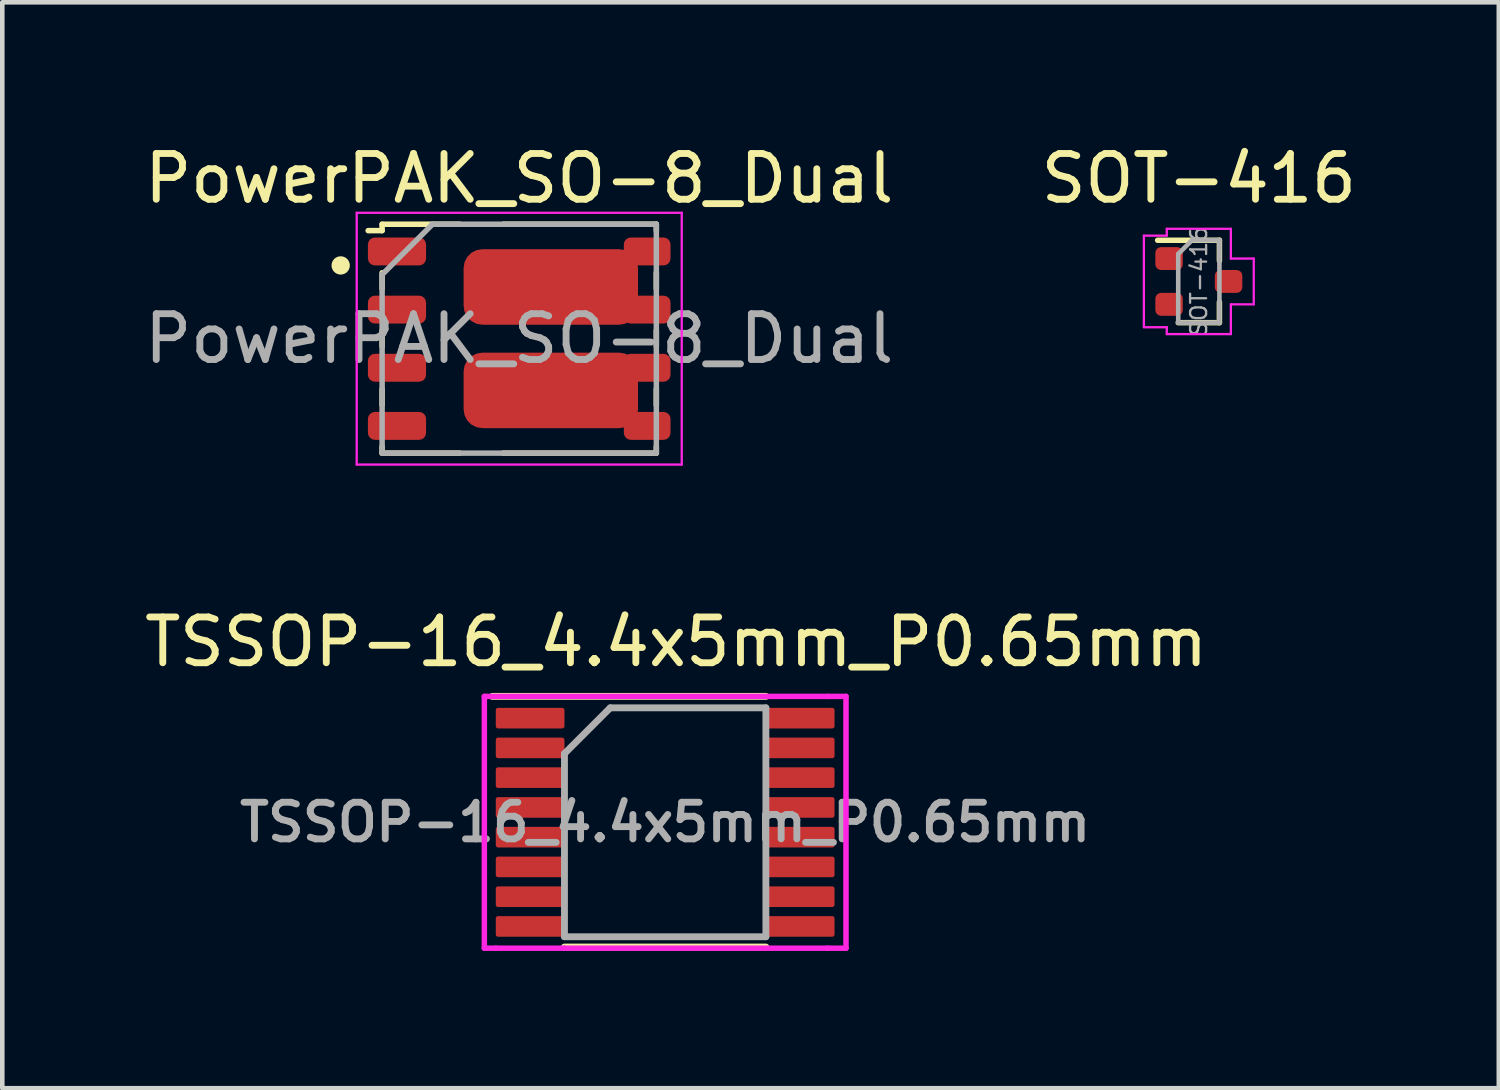
<source format=kicad_pcb>
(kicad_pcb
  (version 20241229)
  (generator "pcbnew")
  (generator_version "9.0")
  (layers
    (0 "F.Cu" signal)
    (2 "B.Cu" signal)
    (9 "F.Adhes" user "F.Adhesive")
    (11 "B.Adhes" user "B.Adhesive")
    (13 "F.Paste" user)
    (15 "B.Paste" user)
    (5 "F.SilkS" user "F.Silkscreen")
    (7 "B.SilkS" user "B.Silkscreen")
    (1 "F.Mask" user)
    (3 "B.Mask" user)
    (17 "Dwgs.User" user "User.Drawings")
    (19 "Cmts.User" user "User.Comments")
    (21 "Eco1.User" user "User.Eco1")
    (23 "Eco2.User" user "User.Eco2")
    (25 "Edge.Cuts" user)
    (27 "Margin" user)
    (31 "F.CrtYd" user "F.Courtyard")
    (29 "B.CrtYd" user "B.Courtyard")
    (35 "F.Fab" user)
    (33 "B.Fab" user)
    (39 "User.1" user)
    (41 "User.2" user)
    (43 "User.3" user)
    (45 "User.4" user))
  (footprint "SOT-416"
    (layer "F.Cu")
    (at 23.137 3.098)
    (property "Reference" "SOT-416" (at 0 -2.25 0) (unlocked yes) (layer "F.SilkS") (effects (font (size 1 1) (thickness 0.15))))
    (attr smd)
    (fp_line (start 0.45 -0.9) (end -0.9 -0.9) (stroke (width 0.12) (type solid)) (layer "F.SilkS"))
    (fp_line (start 0.45 -0.9) (end 0.45 -0.45) (stroke (width 0.12) (type solid)) (layer "F.SilkS"))
    (fp_line (start 0.45 0.9) (end -0.45 0.9) (stroke (width 0.12) (type solid)) (layer "F.SilkS"))
    (fp_line (start 0.45 0.9) (end 0.45 0.45) (stroke (width 0.12) (type solid)) (layer "F.SilkS"))
    (fp_line (start -1.2 -1) (end -0.7 -1) (stroke (width 0.05) (type solid)) (layer "F.CrtYd"))
    (fp_line (start -1.2 1) (end -1.2 -1) (stroke (width 0.05) (type solid)) (layer "F.CrtYd"))
    (fp_line (start -1.2 1) (end -0.7 1) (stroke (width 0.05) (type solid)) (layer "F.CrtYd"))
    (fp_line (start -0.7 -1.15) (end 0.7 -1.15) (stroke (width 0.05) (type solid)) (layer "F.CrtYd"))
    (fp_line (start -0.7 -1) (end -0.7 -1.15) (stroke (width 0.05) (type solid)) (layer "F.CrtYd"))
    (fp_line (start -0.7 1) (end -0.7 1.15) (stroke (width 0.05) (type solid)) (layer "F.CrtYd"))
    (fp_line (start 0.7 -0.5) (end 0.7 -1.15) (stroke (width 0.05) (type solid)) (layer "F.CrtYd"))
    (fp_line (start 0.7 0.5) (end 0.7 1.15) (stroke (width 0.05) (type solid)) (layer "F.CrtYd"))
    (fp_line (start 0.7 1.15) (end -0.7 1.15) (stroke (width 0.05) (type solid)) (layer "F.CrtYd"))
    (fp_line (start 1.2 -0.5) (end 0.7 -0.5) (stroke (width 0.05) (type solid)) (layer "F.CrtYd"))
    (fp_line (start 1.2 -0.5) (end 1.2 0.5) (stroke (width 0.05) (type solid)) (layer "F.CrtYd"))
    (fp_line (start 1.2 0.5) (end 0.7 0.5) (stroke (width 0.05) (type solid)) (layer "F.CrtYd"))
    (fp_line (start -0.45 -0.6) (end -0.45 0.9) (stroke (width 0.1) (type solid)) (layer "F.Fab"))
    (fp_line (start -0.45 0.9) (end 0.45 0.9) (stroke (width 0.1) (type solid)) (layer "F.Fab"))
    (fp_line (start -0.15 -0.9) (end -0.45 -0.6) (stroke (width 0.1) (type solid)) (layer "F.Fab"))
    (fp_line (start -0.15 -0.9) (end 0.45 -0.9) (stroke (width 0.1) (type solid)) (layer "F.Fab"))
    (fp_line (start 0.45 -0.9) (end 0.45 0.9) (stroke (width 0.1) (type solid)) (layer "F.Fab"))
    (fp_text user "${REFERENCE}" (at 0 0 90) (layer "F.Fab") (effects (font (size 0.35 0.35) (thickness 0.05))))
    (pad "1" smd roundrect (at -0.65 -0.5) (size 0.6 0.5) (layers "F.Cu" "F.Mask" "F.Paste") (roundrect_rratio 0.25))
    (pad "2" smd roundrect (at -0.65 0.5) (size 0.6 0.5) (layers "F.Cu" "F.Mask" "F.Paste") (roundrect_rratio 0.25))
    (pad "3" smd roundrect (at 0.65 0) (size 0.6 0.5) (layers "F.Cu" "F.Mask" "F.Paste") (roundrect_rratio 0.25)))
  (footprint "PowerPAK_SO-8_Dual"
    (layer "F.Cu")
    (at 8.292 4.348)
    (property "Reference" "PowerPAK_SO-8_Dual" (at 0 -3.5 0) (layer "F.SilkS") (effects (font (size 1 1) (thickness 0.15))))
    (attr smd)
    (fp_line (start -2.995 -2.5) (end -2.995 -2.36) (stroke (width 0.12) (type solid)) (layer "F.SilkS"))
    (fp_line (start -2.995 -2.36) (end -3.3 -2.36) (stroke (width 0.12) (type solid)) (layer "F.SilkS"))
    (fp_line (start -2.995 -1.44) (end -2.995 -1.09) (stroke (width 0.12) (type solid)) (layer "F.SilkS"))
    (fp_line (start -2.995 -0.18) (end -2.995 0.17) (stroke (width 0.12) (type solid)) (layer "F.SilkS"))
    (fp_line (start -2.995 1.1) (end -2.995 1.45) (stroke (width 0.12) (type solid)) (layer "F.SilkS"))
    (fp_line (start -2.995 2.36) (end -2.995 2.5) (stroke (width 0.12) (type solid)) (layer "F.SilkS"))
    (fp_line (start -1.3 -2.5) (end -2.995 -2.5) (stroke (width 0.12) (type solid)) (layer "F.SilkS"))
    (fp_line (start -1.3 2.5) (end -2.995 2.5) (stroke (width 0.12) (type solid)) (layer "F.SilkS"))
    (fp_line (start 2.995 -2.5) (end -0.35 -2.5) (stroke (width 0.12) (type solid)) (layer "F.SilkS"))
    (fp_line (start 2.995 -2.5) (end 2.995 -2.36) (stroke (width 0.12) (type solid)) (layer "F.SilkS"))
    (fp_line (start 2.995 -1.44) (end 2.995 -1.09) (stroke (width 0.12) (type solid)) (layer "F.SilkS"))
    (fp_line (start 2.995 -0.18) (end 2.995 0.17) (stroke (width 0.12) (type solid)) (layer "F.SilkS"))
    (fp_line (start 2.995 1.1) (end 2.995 1.45) (stroke (width 0.12) (type solid)) (layer "F.SilkS"))
    (fp_line (start 2.995 2.36) (end 2.995 2.5) (stroke (width 0.12) (type solid)) (layer "F.SilkS"))
    (fp_line (start 2.995 2.5) (end -0.35 2.5) (stroke (width 0.12) (type solid)) (layer "F.SilkS"))
    (fp_circle (center -3.9 -1.6) (end -3.8 -1.6) (stroke (width 0.2) (type solid)) (fill no) (layer "F.SilkS"))
    (fp_line (start -3.55 -2.75) (end -3.55 2.75) (stroke (width 0.05) (type solid)) (layer "F.CrtYd"))
    (fp_line (start -3.55 -2.75) (end 3.55 -2.75) (stroke (width 0.05) (type solid)) (layer "F.CrtYd"))
    (fp_line (start -3.55 2.75) (end 3.55 2.75) (stroke (width 0.05) (type solid)) (layer "F.CrtYd"))
    (fp_line (start 3.55 -2.75) (end 3.55 2.75) (stroke (width 0.05) (type solid)) (layer "F.CrtYd"))
    (fp_line (start -2.995 -1.4) (end -1.895 -2.5) (stroke (width 0.12) (type solid)) (layer "F.Fab"))
    (fp_line (start -2.995 2.5) (end -2.995 -1.4) (stroke (width 0.12) (type solid)) (layer "F.Fab"))
    (fp_line (start -1.895 -2.5) (end 2.995 -2.5) (stroke (width 0.12) (type solid)) (layer "F.Fab"))
    (fp_line (start 2.995 -2.5) (end 2.995 2.5) (stroke (width 0.12) (type solid)) (layer "F.Fab"))
    (fp_line (start 2.995 2.5) (end -2.995 2.5) (stroke (width 0.12) (type solid)) (layer "F.Fab"))
    (fp_text user "${REFERENCE}" (at 0 0 0) (layer "F.Fab") (effects (font (size 1 1) (thickness 0.15))))
    (pad "1" smd roundrect (at -2.67 -1.905) (size 1.27 0.61) (layers "F.Cu" "F.Mask" "F.Paste") (roundrect_rratio 0.25))
    (pad "2" smd roundrect (at -2.67 -0.635) (size 1.27 0.61) (layers "F.Cu" "F.Mask" "F.Paste") (roundrect_rratio 0.25))
    (pad "3" smd roundrect (at -2.67 0.635) (size 1.27 0.61) (layers "F.Cu" "F.Mask" "F.Paste") (roundrect_rratio 0.25))
    (pad "4" smd roundrect (at -2.67 1.905) (size 1.27 0.61) (layers "F.Cu" "F.Mask" "F.Paste") (roundrect_rratio 0.25))
    (pad "5" smd roundrect (at 0.69 1.13) (size 3.81 1.65) (layers "F.Cu" "F.Mask" "F.Paste") (roundrect_rratio 0.25))
    (pad "5" smd roundrect (at 2.795 1.905) (size 1.02 0.61) (layers "F.Cu" "F.Mask" "F.Paste") (roundrect_rratio 0.25))
    (pad "6" smd roundrect (at 2.795 0.635) (size 1.02 0.61) (layers "F.Cu" "F.Mask" "F.Paste") (roundrect_rratio 0.25))
    (pad "7" smd roundrect (at 0.69 -1.13) (size 3.81 1.65) (layers "F.Cu" "F.Mask" "F.Paste") (roundrect_rratio 0.25))
    (pad "7" smd roundrect (at 2.795 -0.635) (size 1.02 0.61) (layers "F.Cu" "F.Mask" "F.Paste") (roundrect_rratio 0.25))
    (pad "8" smd roundrect (at 2.795 -1.905) (size 1.02 0.61) (layers "F.Cu" "F.Mask" "F.Paste") (roundrect_rratio 0.25)))
  (footprint "TSSOP-16_4.4x5mm_P0.65mm"
    (layer "F.Cu")
    (at 11.39 14.642)
    (property "Reference" "TSSOP-16_4.4x5mm_P0.65mm" (at 0.33 -3.67 0) (layer "F.SilkS") (effects (font (size 1 1) (thickness 0.15))))
    (attr through_hole)
    (fp_line (start -3.685 -2.48) (end 2.29 -2.48) (stroke (width 0.15) (type solid)) (layer "F.SilkS"))
    (fp_line (start -2.11 2.995) (end 2.29 2.995) (stroke (width 0.15) (type solid)) (layer "F.SilkS"))
    (fp_line (start -3.86 -2.48) (end 3.64 -2.48) (stroke (width 0.12) (type solid)) (layer "F.CrtYd"))
    (fp_line (start -3.86 3.02) (end -3.86 -2.48) (stroke (width 0.12) (type solid)) (layer "F.CrtYd"))
    (fp_line (start -3.61 3.02) (end -3.86 3.02) (stroke (width 0.12) (type solid)) (layer "F.CrtYd"))
    (fp_line (start -2.11 3.02) (end -3.61 3.02) (stroke (width 0.12) (type solid)) (layer "F.CrtYd"))
    (fp_line (start -2.11 3.02) (end 3.64 3.02) (stroke (width 0.12) (type solid)) (layer "F.CrtYd"))
    (fp_line (start 3.64 -2.48) (end 4.04 -2.48) (stroke (width 0.12) (type solid)) (layer "F.CrtYd"))
    (fp_line (start 4.04 -2.48) (end 4.04 3.02) (stroke (width 0.12) (type solid)) (layer "F.CrtYd"))
    (fp_line (start 4.04 3.02) (end 3.64 3.02) (stroke (width 0.12) (type solid)) (layer "F.CrtYd"))
    (fp_line (start -2.11 -1.23) (end -1.11 -2.23) (stroke (width 0.15) (type solid)) (layer "F.Fab"))
    (fp_line (start -2.11 2.77) (end -2.11 -1.23) (stroke (width 0.15) (type solid)) (layer "F.Fab"))
    (fp_line (start -1.11 -2.23) (end 2.29 -2.23) (stroke (width 0.15) (type solid)) (layer "F.Fab"))
    (fp_line (start 2.29 -2.23) (end 2.29 2.77) (stroke (width 0.15) (type solid)) (layer "F.Fab"))
    (fp_line (start 2.29 2.77) (end -2.11 2.77) (stroke (width 0.15) (type solid)) (layer "F.Fab"))
    (fp_text user "${REFERENCE}" (at 0.09 0.27 0) (layer "F.Fab") (effects (font (size 0.8 0.8) (thickness 0.15))))
    (pad "1" smd roundrect (at -2.86 -2.005) (size 1.5 0.45) (layers "F.Cu" "F.Mask" "F.Paste") (roundrect_rratio 0.111))
    (pad "2" smd roundrect (at -2.86 -1.355) (size 1.5 0.45) (layers "F.Cu" "F.Mask" "F.Paste") (roundrect_rratio 0.111))
    (pad "3" smd roundrect (at -2.86 -0.705) (size 1.5 0.45) (layers "F.Cu" "F.Mask" "F.Paste") (roundrect_rratio 0.111))
    (pad "4" smd roundrect (at -2.86 -0.055) (size 1.5 0.45) (layers "F.Cu" "F.Mask" "F.Paste") (roundrect_rratio 0.111))
    (pad "5" smd roundrect (at -2.86 0.595) (size 1.5 0.45) (layers "F.Cu" "F.Mask" "F.Paste") (roundrect_rratio 0.111))
    (pad "6" smd roundrect (at -2.86 1.245) (size 1.5 0.45) (layers "F.Cu" "F.Mask" "F.Paste") (roundrect_rratio 0.111))
    (pad "7" smd roundrect (at -2.86 1.895) (size 1.5 0.45) (layers "F.Cu" "F.Mask" "F.Paste") (roundrect_rratio 0.111))
    (pad "8" smd roundrect (at -2.86 2.545) (size 1.5 0.45) (layers "F.Cu" "F.Mask" "F.Paste") (roundrect_rratio 0.111))
    (pad "9" smd roundrect (at 3.04 2.545) (size 1.5 0.45) (layers "F.Cu" "F.Mask" "F.Paste") (roundrect_rratio 0.111))
    (pad "10" smd roundrect (at 3.04 1.895) (size 1.5 0.45) (layers "F.Cu" "F.Mask" "F.Paste") (roundrect_rratio 0.111))
    (pad "11" smd roundrect (at 3.04 1.245) (size 1.5 0.45) (layers "F.Cu" "F.Mask" "F.Paste") (roundrect_rratio 0.111))
    (pad "12" smd roundrect (at 3.04 0.595) (size 1.5 0.45) (layers "F.Cu" "F.Mask" "F.Paste") (roundrect_rratio 0.111))
    (pad "13" smd roundrect (at 3.04 -0.055) (size 1.5 0.45) (layers "F.Cu" "F.Mask" "F.Paste") (roundrect_rratio 0.111))
    (pad "14" smd roundrect (at 3.04 -0.705) (size 1.5 0.45) (layers "F.Cu" "F.Mask" "F.Paste") (roundrect_rratio 0.111))
    (pad "15" smd roundrect (at 3.04 -1.355) (size 1.5 0.45) (layers "F.Cu" "F.Mask" "F.Paste") (roundrect_rratio 0.111))
    (pad "16" smd roundrect (at 3.04 -2.005) (size 1.5 0.45) (layers "F.Cu" "F.Mask" "F.Paste") (roundrect_rratio 0.111)))
  (gr_rect
    (start -3 -3)
    (end 29.69 20.721)
    (stroke (width 0.1) (type default))
    (fill no)
    (layer "Edge.Cuts")))
</source>
